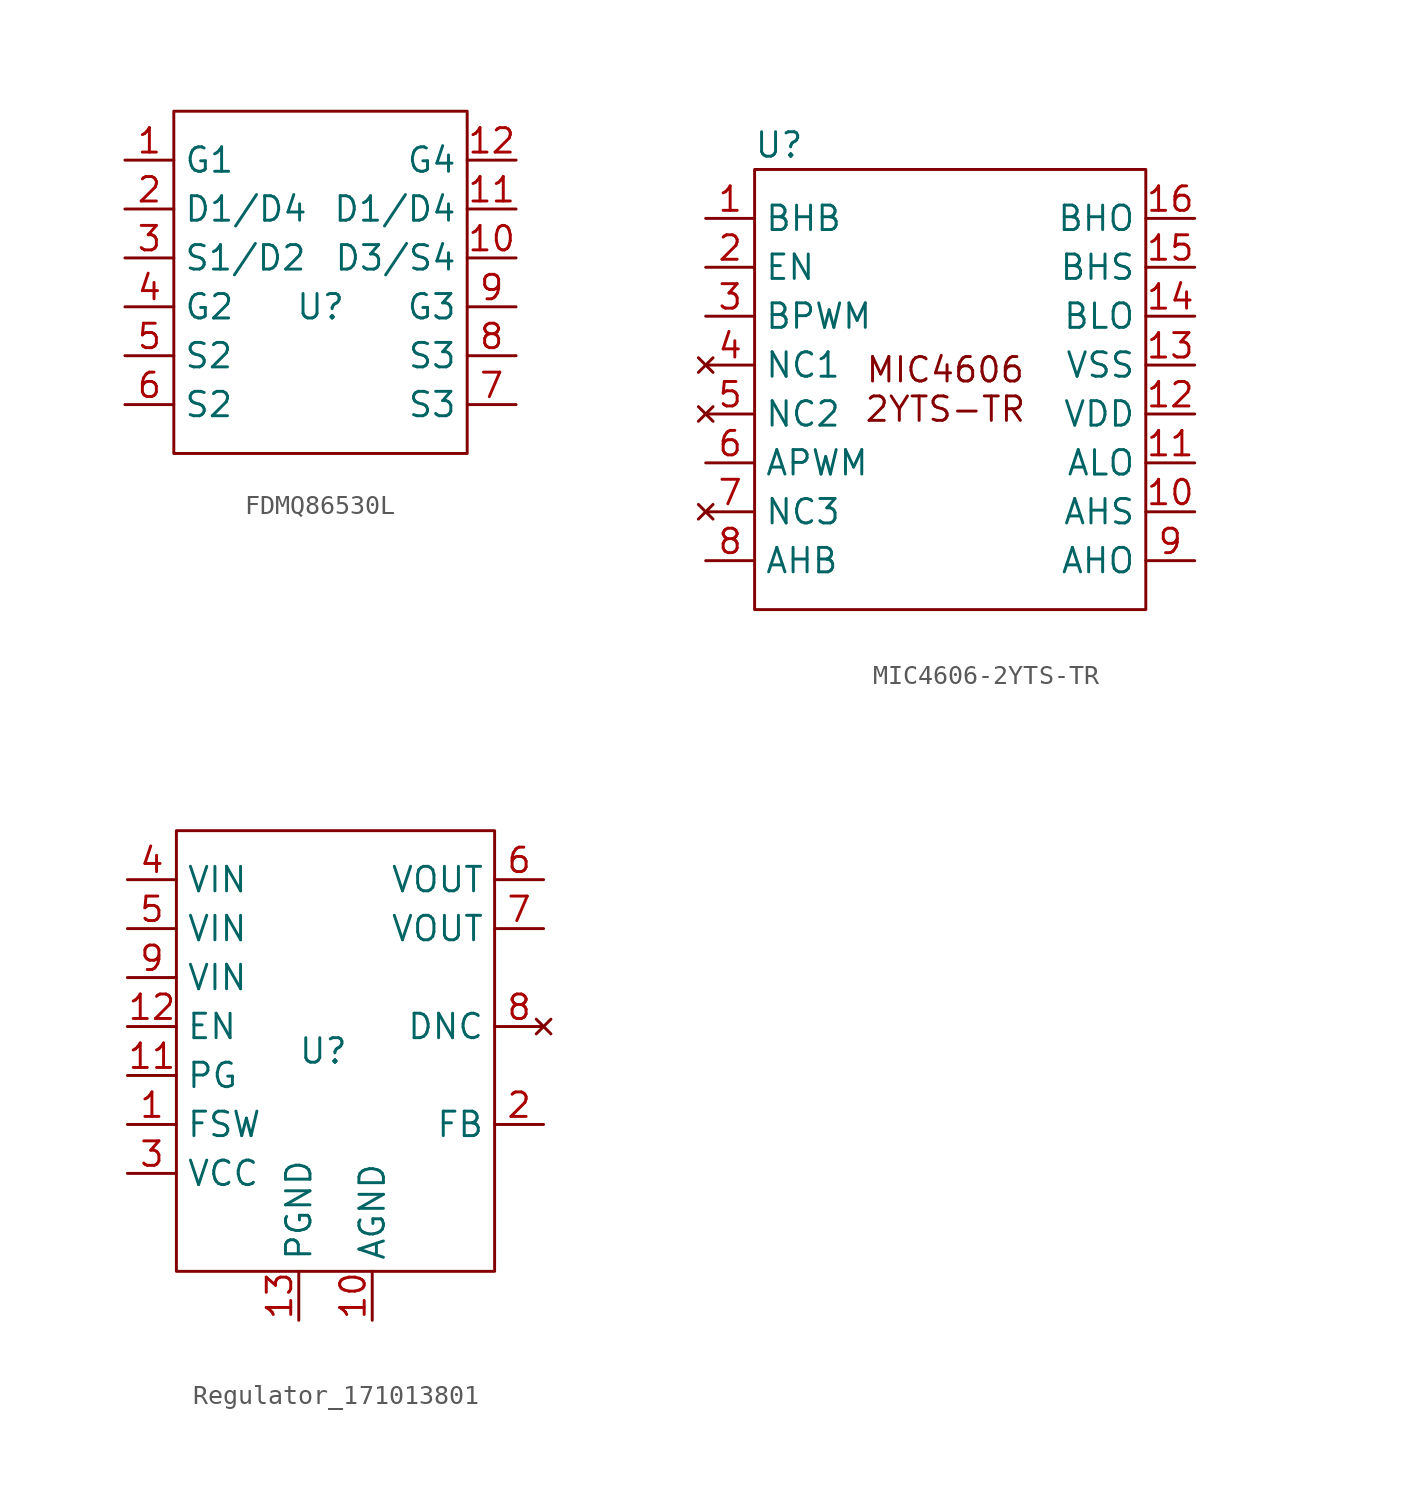
<source format=kicad_sym>
(kicad_symbol_lib
  (version 20231120)
  (generator "kicad_symbol_editor")
  (generator_version "8.0")
  (symbol "FDMQ86530L"
    (property "Reference" "U"
      (at 0 0 0)
      (effects (font (size 1.27 1.27))))
    (property "Value" ""
      (at 0 0 0)
      (effects (font (size 1.27 1.27))))
    (symbol "FDMQ86530L_0_1"
      (rectangle (start -7.62 10.16) (end 7.62 -7.62) (stroke (width 0) (type default)) (fill (type none))))
    (symbol "FDMQ86530L_1_1"
      (pin input line (at -10.16 7.62 0) (length 2.54) (name "G1" (effects (font (size 1.27 1.27)))) (number "1" (effects (font (size 1.27 1.27)))))
      (pin power_in line (at 10.16 2.54 180) (length 2.54) (name "D3/S4" (effects (font (size 1.27 1.27)))) (number "10" (effects (font (size 1.27 1.27)))))
      (pin power_out line (at 10.16 5.08 180) (length 2.54) (name "D1/D4" (effects (font (size 1.27 1.27)))) (number "11" (effects (font (size 1.27 1.27)))))
      (pin input line (at 10.16 7.62 180) (length 2.54) (name "G4" (effects (font (size 1.27 1.27)))) (number "12" (effects (font (size 1.27 1.27)))))
      (pin power_out line (at -10.16 5.08 0) (length 2.54) (name "D1/D4" (effects (font (size 1.27 1.27)))) (number "2" (effects (font (size 1.27 1.27)))))
      (pin power_in line (at -10.16 2.54 0) (length 2.54) (name "S1/D2" (effects (font (size 1.27 1.27)))) (number "3" (effects (font (size 1.27 1.27)))))
      (pin input line (at -10.16 0 0) (length 2.54) (name "G2" (effects (font (size 1.27 1.27)))) (number "4" (effects (font (size 1.27 1.27)))))
      (pin power_in line (at -10.16 -2.54 0) (length 2.54) (name "S2" (effects (font (size 1.27 1.27)))) (number "5" (effects (font (size 1.27 1.27)))))
      (pin power_in line (at -10.16 -5.08 0) (length 2.54) (name "S2" (effects (font (size 1.27 1.27)))) (number "6" (effects (font (size 1.27 1.27)))))
      (pin power_in line (at 10.16 -5.08 180) (length 2.54) (name "S3" (effects (font (size 1.27 1.27)))) (number "7" (effects (font (size 1.27 1.27)))))
      (pin power_in line (at 10.16 -2.54 180) (length 2.54) (name "S3" (effects (font (size 1.27 1.27)))) (number "8" (effects (font (size 1.27 1.27)))))
      (pin input line (at 10.16 0 180) (length 2.54) (name "G3" (effects (font (size 1.27 1.27)))) (number "9" (effects (font (size 1.27 1.27)))))))
  (symbol "MIC4606-2YTS-TR"
    (property "Reference" "U"
      (at -8.89 12.7 0)
      (effects (font (size 1.27 1.27))))
    (property "Value" ""
      (at 16.51 -8.89 0)
      (effects (font (size 1.27 1.27))))
    (symbol "MIC4606-2YTS-TR_1_1"
      (rectangle (start -10.16 11.43) (end 10.16 -11.43) (stroke (width 0) (type default)) (fill (type none)))
      (text "MIC4606\n2YTS-TR" (at -0.254 0 0) (effects (font (size 1.27 1.27))))
      (pin passive line (at -12.7 8.89 0) (length 2.54) (name "BHB" (effects (font (size 1.27 1.27)))) (number "1" (effects (font (size 1.27 1.27)))))
      (pin passive line (at 12.7 -6.35 180) (length 2.54) (name "AHS" (effects (font (size 1.27 1.27)))) (number "10" (effects (font (size 1.27 1.27)))))
      (pin output line (at 12.7 -3.81 180) (length 2.54) (name "ALO" (effects (font (size 1.27 1.27)))) (number "11" (effects (font (size 1.27 1.27)))))
      (pin power_in line (at 12.7 -1.27 180) (length 2.54) (name "VDD" (effects (font (size 1.27 1.27)))) (number "12" (effects (font (size 1.27 1.27)))))
      (pin power_in line (at 12.7 1.27 180) (length 2.54) (name "VSS" (effects (font (size 1.27 1.27)))) (number "13" (effects (font (size 1.27 1.27)))))
      (pin output line (at 12.7 3.81 180) (length 2.54) (name "BLO" (effects (font (size 1.27 1.27)))) (number "14" (effects (font (size 1.27 1.27)))))
      (pin passive line (at 12.7 6.35 180) (length 2.54) (name "BHS" (effects (font (size 1.27 1.27)))) (number "15" (effects (font (size 1.27 1.27)))))
      (pin output line (at 12.7 8.89 180) (length 2.54) (name "BHO" (effects (font (size 1.27 1.27)))) (number "16" (effects (font (size 1.27 1.27)))))
      (pin input line (at -12.7 6.35 0) (length 2.54) (name "EN" (effects (font (size 1.27 1.27)))) (number "2" (effects (font (size 1.27 1.27)))))
      (pin input line (at -12.7 3.81 0) (length 2.54) (name "BPWM" (effects (font (size 1.27 1.27)))) (number "3" (effects (font (size 1.27 1.27)))))
      (pin no_connect line (at -12.7 1.27 0) (length 2.54) (name "NC1" (effects (font (size 1.27 1.27)))) (number "4" (effects (font (size 1.27 1.27)))))
      (pin no_connect line (at -12.7 -1.27 0) (length 2.54) (name "NC2" (effects (font (size 1.27 1.27)))) (number "5" (effects (font (size 1.27 1.27)))))
      (pin input line (at -12.7 -3.81 0) (length 2.54) (name "APWM" (effects (font (size 1.27 1.27)))) (number "6" (effects (font (size 1.27 1.27)))))
      (pin no_connect line (at -12.7 -6.35 0) (length 2.54) (name "NC3" (effects (font (size 1.27 1.27)))) (number "7" (effects (font (size 1.27 1.27)))))
      (pin passive line (at -12.7 -8.89 0) (length 2.54) (name "AHB" (effects (font (size 1.27 1.27)))) (number "8" (effects (font (size 1.27 1.27)))))
      (pin output line (at 12.7 -8.89 180) (length 2.54) (name "AHO" (effects (font (size 1.27 1.27)))) (number "9" (effects (font (size 1.27 1.27)))))))
  (symbol "Regulator_171013801"
    (property "Reference" "U"
      (at 0 0 0)
      (effects (font (size 1.27 1.27))))
    (property "Value" ""
      (at 0 0 0)
      (effects (font (size 1.27 1.27))))
    (symbol "Regulator_171013801_0_1"
      (rectangle (start -7.62 11.43) (end 8.89 -11.43) (stroke (width 0) (type default)) (fill (type none))))
    (symbol "Regulator_171013801_1_1"
      (pin input line (at -10.16 -3.81 0) (length 2.54) (name "FSW" (effects (font (size 1.27 1.27)))) (number "1" (effects (font (size 1.27 1.27)))))
      (pin power_in line (at 2.54 -13.97 90) (length 2.54) (name "AGND" (effects (font (size 1.27 1.27)))) (number "10" (effects (font (size 1.27 1.27)))))
      (pin output line (at -10.16 -1.27 0) (length 2.54) (name "PG" (effects (font (size 1.27 1.27)))) (number "11" (effects (font (size 1.27 1.27)))))
      (pin input line (at -10.16 1.27 0) (length 2.54) (name "EN" (effects (font (size 1.27 1.27)))) (number "12" (effects (font (size 1.27 1.27)))))
      (pin power_in line (at -1.27 -13.97 90) (length 2.54) (name "PGND" (effects (font (size 1.27 1.27)))) (number "13" (effects (font (size 1.27 1.27)))))
      (pin input line (at 11.43 -3.81 180) (length 2.54) (name "FB" (effects (font (size 1.27 1.27)))) (number "2" (effects (font (size 1.27 1.27)))))
      (pin power_in line (at -10.16 -6.35 0) (length 2.54) (name "VCC" (effects (font (size 1.27 1.27)))) (number "3" (effects (font (size 1.27 1.27)))))
      (pin power_in line (at -10.16 8.89 0) (length 2.54) (name "VIN" (effects (font (size 1.27 1.27)))) (number "4" (effects (font (size 1.27 1.27)))))
      (pin power_in line (at -10.16 6.35 0) (length 2.54) (name "VIN" (effects (font (size 1.27 1.27)))) (number "5" (effects (font (size 1.27 1.27)))))
      (pin power_out line (at 11.43 8.89 180) (length 2.54) (name "VOUT" (effects (font (size 1.27 1.27)))) (number "6" (effects (font (size 1.27 1.27)))))
      (pin power_out line (at 11.43 6.35 180) (length 2.54) (name "VOUT" (effects (font (size 1.27 1.27)))) (number "7" (effects (font (size 1.27 1.27)))))
      (pin no_connect line (at 11.43 1.27 180) (length 2.54) (name "DNC" (effects (font (size 1.27 1.27)))) (number "8" (effects (font (size 1.27 1.27)))))
      (pin power_in line (at -10.16 3.81 0) (length 2.54) (name "VIN" (effects (font (size 1.27 1.27)))) (number "9" (effects (font (size 1.27 1.27))))))))
</source>
